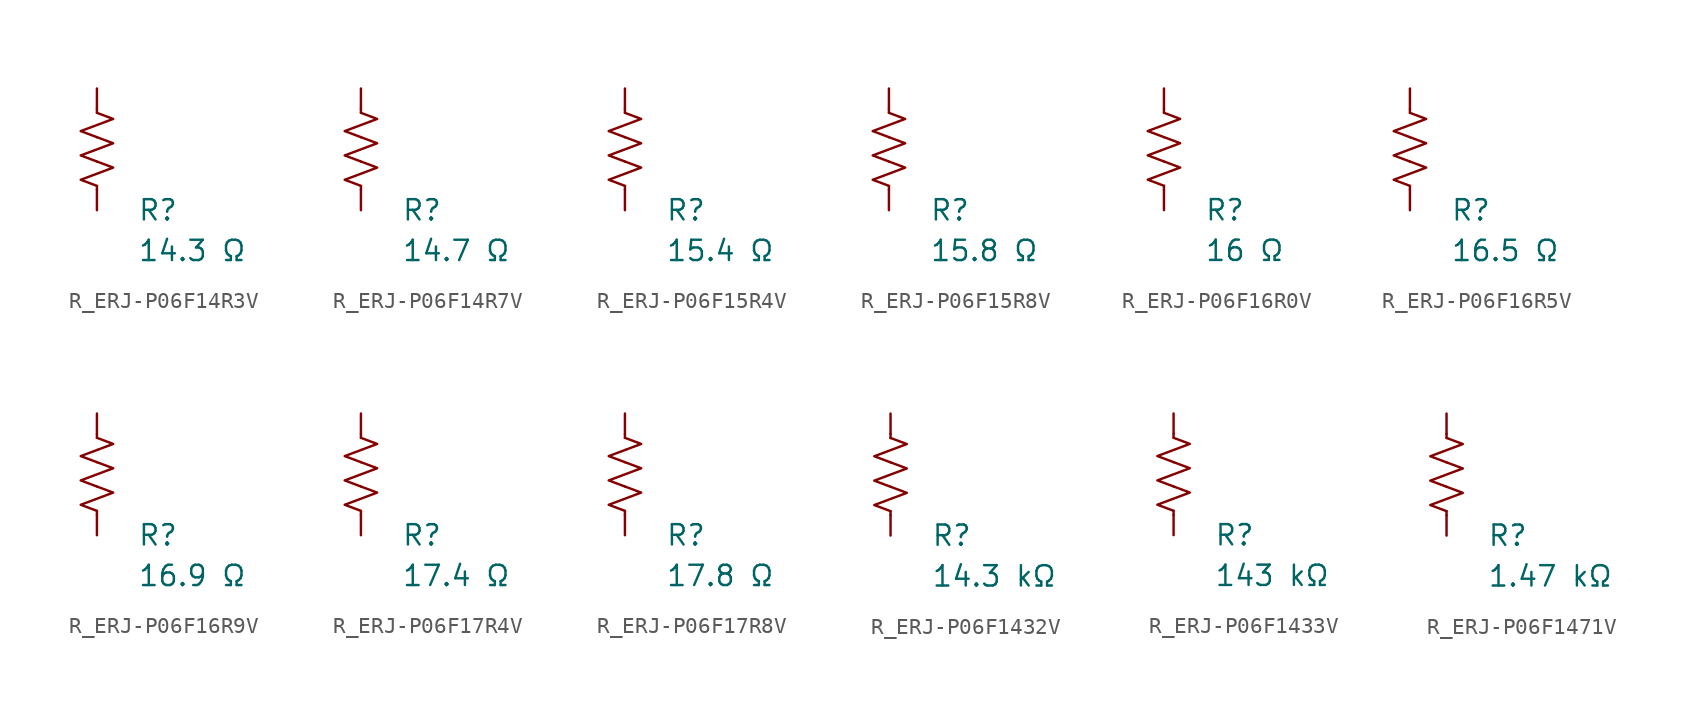
<source format=kicad_sym>
(kicad_symbol_lib
  (version 20231120)
  (generator "kicad_symbol_editor")
  (generator_version "8.0")
  (symbol "R_ERJ-P06F14R3V"
    (pin_numbers hide)
    (pin_names
      (offset 0))
    (property "Reference" "R"
      (at 2.54 -3.81 0)
      (effects (font (size 1.27 1.27)) (justify left))
      (show_name no))
    (property "Value" "14.3 Ω"
      (at 2.54 -6.35 0)
      (effects (font (size 1.27 1.27)) (justify left))
      (show_name no))
    (symbol "R_ERJ-P06F14R3V_0_1"
      (polyline (pts (xy 0 -2.286) (xy 0 -2.54)) (stroke (width 0) (type default)) (fill (type none)))
      (polyline (pts (xy 0 2.286) (xy 0 2.54)) (stroke (width 0) (type default)) (fill (type none)))
      (polyline (pts (xy 0 -0.762) (xy 1.016 -1.143) (xy 0 -1.524) (xy -1.016 -1.905) (xy 0 -2.286)) (stroke (width 0) (type default)) (fill (type none)))
      (polyline (pts (xy 0 0.762) (xy 1.016 0.381) (xy 0 0) (xy -1.016 -0.381) (xy 0 -0.762)) (stroke (width 0) (type default)) (fill (type none)))
      (polyline (pts (xy 0 2.286) (xy 1.016 1.905) (xy 0 1.524) (xy -1.016 1.143) (xy 0 0.762)) (stroke (width 0) (type default)) (fill (type none))))
    (symbol "R_ERJ-P06F14R3V_1_1"
      (pin passive line (at 0 3.81 270) (length 1.27) (name "~" (effects (font (size 1.27 1.27)))) (number "1" (effects (font (size 1.27 1.27)))))
      (pin passive line (at 0 -3.81 90) (length 1.27) (name "~" (effects (font (size 1.27 1.27)))) (number "2" (effects (font (size 1.27 1.27)))))))
  (symbol "R_ERJ-P06F14R7V"
    (pin_numbers hide)
    (pin_names
      (offset 0))
    (property "Reference" "R"
      (at 2.54 -3.81 0)
      (effects (font (size 1.27 1.27)) (justify left))
      (show_name no))
    (property "Value" "14.7 Ω"
      (at 2.54 -6.35 0)
      (effects (font (size 1.27 1.27)) (justify left))
      (show_name no))
    (symbol "R_ERJ-P06F14R7V_0_1"
      (polyline (pts (xy 0 -2.286) (xy 0 -2.54)) (stroke (width 0) (type default)) (fill (type none)))
      (polyline (pts (xy 0 2.286) (xy 0 2.54)) (stroke (width 0) (type default)) (fill (type none)))
      (polyline (pts (xy 0 -0.762) (xy 1.016 -1.143) (xy 0 -1.524) (xy -1.016 -1.905) (xy 0 -2.286)) (stroke (width 0) (type default)) (fill (type none)))
      (polyline (pts (xy 0 0.762) (xy 1.016 0.381) (xy 0 0) (xy -1.016 -0.381) (xy 0 -0.762)) (stroke (width 0) (type default)) (fill (type none)))
      (polyline (pts (xy 0 2.286) (xy 1.016 1.905) (xy 0 1.524) (xy -1.016 1.143) (xy 0 0.762)) (stroke (width 0) (type default)) (fill (type none))))
    (symbol "R_ERJ-P06F14R7V_1_1"
      (pin passive line (at 0 3.81 270) (length 1.27) (name "~" (effects (font (size 1.27 1.27)))) (number "1" (effects (font (size 1.27 1.27)))))
      (pin passive line (at 0 -3.81 90) (length 1.27) (name "~" (effects (font (size 1.27 1.27)))) (number "2" (effects (font (size 1.27 1.27)))))))
  (symbol "R_ERJ-P06F15R4V"
    (pin_numbers hide)
    (pin_names
      (offset 0))
    (property "Reference" "R"
      (at 2.54 -3.81 0)
      (effects (font (size 1.27 1.27)) (justify left))
      (show_name no))
    (property "Value" "15.4 Ω"
      (at 2.54 -6.35 0)
      (effects (font (size 1.27 1.27)) (justify left))
      (show_name no))
    (symbol "R_ERJ-P06F15R4V_0_1"
      (polyline (pts (xy 0 -2.286) (xy 0 -2.54)) (stroke (width 0) (type default)) (fill (type none)))
      (polyline (pts (xy 0 2.286) (xy 0 2.54)) (stroke (width 0) (type default)) (fill (type none)))
      (polyline (pts (xy 0 -0.762) (xy 1.016 -1.143) (xy 0 -1.524) (xy -1.016 -1.905) (xy 0 -2.286)) (stroke (width 0) (type default)) (fill (type none)))
      (polyline (pts (xy 0 0.762) (xy 1.016 0.381) (xy 0 0) (xy -1.016 -0.381) (xy 0 -0.762)) (stroke (width 0) (type default)) (fill (type none)))
      (polyline (pts (xy 0 2.286) (xy 1.016 1.905) (xy 0 1.524) (xy -1.016 1.143) (xy 0 0.762)) (stroke (width 0) (type default)) (fill (type none))))
    (symbol "R_ERJ-P06F15R4V_1_1"
      (pin passive line (at 0 3.81 270) (length 1.27) (name "~" (effects (font (size 1.27 1.27)))) (number "1" (effects (font (size 1.27 1.27)))))
      (pin passive line (at 0 -3.81 90) (length 1.27) (name "~" (effects (font (size 1.27 1.27)))) (number "2" (effects (font (size 1.27 1.27)))))))
  (symbol "R_ERJ-P06F15R8V"
    (pin_numbers hide)
    (pin_names
      (offset 0))
    (property "Reference" "R"
      (at 2.54 -3.81 0)
      (effects (font (size 1.27 1.27)) (justify left))
      (show_name no))
    (property "Value" "15.8 Ω"
      (at 2.54 -6.35 0)
      (effects (font (size 1.27 1.27)) (justify left))
      (show_name no))
    (symbol "R_ERJ-P06F15R8V_0_1"
      (polyline (pts (xy 0 -2.286) (xy 0 -2.54)) (stroke (width 0) (type default)) (fill (type none)))
      (polyline (pts (xy 0 2.286) (xy 0 2.54)) (stroke (width 0) (type default)) (fill (type none)))
      (polyline (pts (xy 0 -0.762) (xy 1.016 -1.143) (xy 0 -1.524) (xy -1.016 -1.905) (xy 0 -2.286)) (stroke (width 0) (type default)) (fill (type none)))
      (polyline (pts (xy 0 0.762) (xy 1.016 0.381) (xy 0 0) (xy -1.016 -0.381) (xy 0 -0.762)) (stroke (width 0) (type default)) (fill (type none)))
      (polyline (pts (xy 0 2.286) (xy 1.016 1.905) (xy 0 1.524) (xy -1.016 1.143) (xy 0 0.762)) (stroke (width 0) (type default)) (fill (type none))))
    (symbol "R_ERJ-P06F15R8V_1_1"
      (pin passive line (at 0 3.81 270) (length 1.27) (name "~" (effects (font (size 1.27 1.27)))) (number "1" (effects (font (size 1.27 1.27)))))
      (pin passive line (at 0 -3.81 90) (length 1.27) (name "~" (effects (font (size 1.27 1.27)))) (number "2" (effects (font (size 1.27 1.27)))))))
  (symbol "R_ERJ-P06F16R0V"
    (pin_numbers hide)
    (pin_names
      (offset 0))
    (property "Reference" "R"
      (at 2.54 -3.81 0)
      (effects (font (size 1.27 1.27)) (justify left))
      (show_name no))
    (property "Value" "16 Ω"
      (at 2.54 -6.35 0)
      (effects (font (size 1.27 1.27)) (justify left))
      (show_name no))
    (symbol "R_ERJ-P06F16R0V_0_1"
      (polyline (pts (xy 0 -2.286) (xy 0 -2.54)) (stroke (width 0) (type default)) (fill (type none)))
      (polyline (pts (xy 0 2.286) (xy 0 2.54)) (stroke (width 0) (type default)) (fill (type none)))
      (polyline (pts (xy 0 -0.762) (xy 1.016 -1.143) (xy 0 -1.524) (xy -1.016 -1.905) (xy 0 -2.286)) (stroke (width 0) (type default)) (fill (type none)))
      (polyline (pts (xy 0 0.762) (xy 1.016 0.381) (xy 0 0) (xy -1.016 -0.381) (xy 0 -0.762)) (stroke (width 0) (type default)) (fill (type none)))
      (polyline (pts (xy 0 2.286) (xy 1.016 1.905) (xy 0 1.524) (xy -1.016 1.143) (xy 0 0.762)) (stroke (width 0) (type default)) (fill (type none))))
    (symbol "R_ERJ-P06F16R0V_1_1"
      (pin passive line (at 0 3.81 270) (length 1.27) (name "~" (effects (font (size 1.27 1.27)))) (number "1" (effects (font (size 1.27 1.27)))))
      (pin passive line (at 0 -3.81 90) (length 1.27) (name "~" (effects (font (size 1.27 1.27)))) (number "2" (effects (font (size 1.27 1.27)))))))
  (symbol "R_ERJ-P06F16R5V"
    (pin_numbers hide)
    (pin_names
      (offset 0))
    (property "Reference" "R"
      (at 2.54 -3.81 0)
      (effects (font (size 1.27 1.27)) (justify left))
      (show_name no))
    (property "Value" "16.5 Ω"
      (at 2.54 -6.35 0)
      (effects (font (size 1.27 1.27)) (justify left))
      (show_name no))
    (symbol "R_ERJ-P06F16R5V_0_1"
      (polyline (pts (xy 0 -2.286) (xy 0 -2.54)) (stroke (width 0) (type default)) (fill (type none)))
      (polyline (pts (xy 0 2.286) (xy 0 2.54)) (stroke (width 0) (type default)) (fill (type none)))
      (polyline (pts (xy 0 -0.762) (xy 1.016 -1.143) (xy 0 -1.524) (xy -1.016 -1.905) (xy 0 -2.286)) (stroke (width 0) (type default)) (fill (type none)))
      (polyline (pts (xy 0 0.762) (xy 1.016 0.381) (xy 0 0) (xy -1.016 -0.381) (xy 0 -0.762)) (stroke (width 0) (type default)) (fill (type none)))
      (polyline (pts (xy 0 2.286) (xy 1.016 1.905) (xy 0 1.524) (xy -1.016 1.143) (xy 0 0.762)) (stroke (width 0) (type default)) (fill (type none))))
    (symbol "R_ERJ-P06F16R5V_1_1"
      (pin passive line (at 0 3.81 270) (length 1.27) (name "~" (effects (font (size 1.27 1.27)))) (number "1" (effects (font (size 1.27 1.27)))))
      (pin passive line (at 0 -3.81 90) (length 1.27) (name "~" (effects (font (size 1.27 1.27)))) (number "2" (effects (font (size 1.27 1.27)))))))
  (symbol "R_ERJ-P06F16R9V"
    (pin_numbers hide)
    (pin_names
      (offset 0))
    (property "Reference" "R"
      (at 2.54 -3.81 0)
      (effects (font (size 1.27 1.27)) (justify left))
      (show_name no))
    (property "Value" "16.9 Ω"
      (at 2.54 -6.35 0)
      (effects (font (size 1.27 1.27)) (justify left))
      (show_name no))
    (symbol "R_ERJ-P06F16R9V_0_1"
      (polyline (pts (xy 0 -2.286) (xy 0 -2.54)) (stroke (width 0) (type default)) (fill (type none)))
      (polyline (pts (xy 0 2.286) (xy 0 2.54)) (stroke (width 0) (type default)) (fill (type none)))
      (polyline (pts (xy 0 -0.762) (xy 1.016 -1.143) (xy 0 -1.524) (xy -1.016 -1.905) (xy 0 -2.286)) (stroke (width 0) (type default)) (fill (type none)))
      (polyline (pts (xy 0 0.762) (xy 1.016 0.381) (xy 0 0) (xy -1.016 -0.381) (xy 0 -0.762)) (stroke (width 0) (type default)) (fill (type none)))
      (polyline (pts (xy 0 2.286) (xy 1.016 1.905) (xy 0 1.524) (xy -1.016 1.143) (xy 0 0.762)) (stroke (width 0) (type default)) (fill (type none))))
    (symbol "R_ERJ-P06F16R9V_1_1"
      (pin passive line (at 0 3.81 270) (length 1.27) (name "~" (effects (font (size 1.27 1.27)))) (number "1" (effects (font (size 1.27 1.27)))))
      (pin passive line (at 0 -3.81 90) (length 1.27) (name "~" (effects (font (size 1.27 1.27)))) (number "2" (effects (font (size 1.27 1.27)))))))
  (symbol "R_ERJ-P06F17R4V"
    (pin_numbers hide)
    (pin_names
      (offset 0))
    (property "Reference" "R"
      (at 2.54 -3.81 0)
      (effects (font (size 1.27 1.27)) (justify left))
      (show_name no))
    (property "Value" "17.4 Ω"
      (at 2.54 -6.35 0)
      (effects (font (size 1.27 1.27)) (justify left))
      (show_name no))
    (symbol "R_ERJ-P06F17R4V_0_1"
      (polyline (pts (xy 0 -2.286) (xy 0 -2.54)) (stroke (width 0) (type default)) (fill (type none)))
      (polyline (pts (xy 0 2.286) (xy 0 2.54)) (stroke (width 0) (type default)) (fill (type none)))
      (polyline (pts (xy 0 -0.762) (xy 1.016 -1.143) (xy 0 -1.524) (xy -1.016 -1.905) (xy 0 -2.286)) (stroke (width 0) (type default)) (fill (type none)))
      (polyline (pts (xy 0 0.762) (xy 1.016 0.381) (xy 0 0) (xy -1.016 -0.381) (xy 0 -0.762)) (stroke (width 0) (type default)) (fill (type none)))
      (polyline (pts (xy 0 2.286) (xy 1.016 1.905) (xy 0 1.524) (xy -1.016 1.143) (xy 0 0.762)) (stroke (width 0) (type default)) (fill (type none))))
    (symbol "R_ERJ-P06F17R4V_1_1"
      (pin passive line (at 0 3.81 270) (length 1.27) (name "~" (effects (font (size 1.27 1.27)))) (number "1" (effects (font (size 1.27 1.27)))))
      (pin passive line (at 0 -3.81 90) (length 1.27) (name "~" (effects (font (size 1.27 1.27)))) (number "2" (effects (font (size 1.27 1.27)))))))
  (symbol "R_ERJ-P06F17R8V"
    (pin_numbers hide)
    (pin_names
      (offset 0))
    (property "Reference" "R"
      (at 2.54 -3.81 0)
      (effects (font (size 1.27 1.27)) (justify left))
      (show_name no))
    (property "Value" "17.8 Ω"
      (at 2.54 -6.35 0)
      (effects (font (size 1.27 1.27)) (justify left))
      (show_name no))
    (symbol "R_ERJ-P06F17R8V_0_1"
      (polyline (pts (xy 0 -2.286) (xy 0 -2.54)) (stroke (width 0) (type default)) (fill (type none)))
      (polyline (pts (xy 0 2.286) (xy 0 2.54)) (stroke (width 0) (type default)) (fill (type none)))
      (polyline (pts (xy 0 -0.762) (xy 1.016 -1.143) (xy 0 -1.524) (xy -1.016 -1.905) (xy 0 -2.286)) (stroke (width 0) (type default)) (fill (type none)))
      (polyline (pts (xy 0 0.762) (xy 1.016 0.381) (xy 0 0) (xy -1.016 -0.381) (xy 0 -0.762)) (stroke (width 0) (type default)) (fill (type none)))
      (polyline (pts (xy 0 2.286) (xy 1.016 1.905) (xy 0 1.524) (xy -1.016 1.143) (xy 0 0.762)) (stroke (width 0) (type default)) (fill (type none))))
    (symbol "R_ERJ-P06F17R8V_1_1"
      (pin passive line (at 0 3.81 270) (length 1.27) (name "~" (effects (font (size 1.27 1.27)))) (number "1" (effects (font (size 1.27 1.27)))))
      (pin passive line (at 0 -3.81 90) (length 1.27) (name "~" (effects (font (size 1.27 1.27)))) (number "2" (effects (font (size 1.27 1.27)))))))
  (symbol "R_ERJ-P06F1432V"
    (pin_numbers hide)
    (pin_names
      (offset 0))
    (property "Reference" "R"
      (at 2.54 -3.81 0)
      (effects (font (size 1.27 1.27)) (justify left))
      (show_name no))
    (property "Value" "14.3 kΩ"
      (at 2.54 -6.35 0)
      (effects (font (size 1.27 1.27)) (justify left))
      (show_name no))
    (symbol "R_ERJ-P06F1432V_0_1"
      (polyline (pts (xy 0 -2.286) (xy 0 -2.54)) (stroke (width 0) (type default)) (fill (type none)))
      (polyline (pts (xy 0 2.286) (xy 0 2.54)) (stroke (width 0) (type default)) (fill (type none)))
      (polyline (pts (xy 0 -0.762) (xy 1.016 -1.143) (xy 0 -1.524) (xy -1.016 -1.905) (xy 0 -2.286)) (stroke (width 0) (type default)) (fill (type none)))
      (polyline (pts (xy 0 0.762) (xy 1.016 0.381) (xy 0 0) (xy -1.016 -0.381) (xy 0 -0.762)) (stroke (width 0) (type default)) (fill (type none)))
      (polyline (pts (xy 0 2.286) (xy 1.016 1.905) (xy 0 1.524) (xy -1.016 1.143) (xy 0 0.762)) (stroke (width 0) (type default)) (fill (type none))))
    (symbol "R_ERJ-P06F1432V_1_1"
      (pin passive line (at 0 3.81 270) (length 1.27) (name "~" (effects (font (size 1.27 1.27)))) (number "1" (effects (font (size 1.27 1.27)))))
      (pin passive line (at 0 -3.81 90) (length 1.27) (name "~" (effects (font (size 1.27 1.27)))) (number "2" (effects (font (size 1.27 1.27)))))))
  (symbol "R_ERJ-P06F1433V"
    (pin_numbers hide)
    (pin_names
      (offset 0))
    (property "Reference" "R"
      (at 2.54 -3.81 0)
      (effects (font (size 1.27 1.27)) (justify left))
      (show_name no))
    (property "Value" "143 kΩ"
      (at 2.54 -6.35 0)
      (effects (font (size 1.27 1.27)) (justify left))
      (show_name no))
    (symbol "R_ERJ-P06F1433V_0_1"
      (polyline (pts (xy 0 -2.286) (xy 0 -2.54)) (stroke (width 0) (type default)) (fill (type none)))
      (polyline (pts (xy 0 2.286) (xy 0 2.54)) (stroke (width 0) (type default)) (fill (type none)))
      (polyline (pts (xy 0 -0.762) (xy 1.016 -1.143) (xy 0 -1.524) (xy -1.016 -1.905) (xy 0 -2.286)) (stroke (width 0) (type default)) (fill (type none)))
      (polyline (pts (xy 0 0.762) (xy 1.016 0.381) (xy 0 0) (xy -1.016 -0.381) (xy 0 -0.762)) (stroke (width 0) (type default)) (fill (type none)))
      (polyline (pts (xy 0 2.286) (xy 1.016 1.905) (xy 0 1.524) (xy -1.016 1.143) (xy 0 0.762)) (stroke (width 0) (type default)) (fill (type none))))
    (symbol "R_ERJ-P06F1433V_1_1"
      (pin passive line (at 0 3.81 270) (length 1.27) (name "~" (effects (font (size 1.27 1.27)))) (number "1" (effects (font (size 1.27 1.27)))))
      (pin passive line (at 0 -3.81 90) (length 1.27) (name "~" (effects (font (size 1.27 1.27)))) (number "2" (effects (font (size 1.27 1.27)))))))
  (symbol "R_ERJ-P06F1471V"
    (pin_numbers hide)
    (pin_names
      (offset 0))
    (property "Reference" "R"
      (at 2.54 -3.81 0)
      (effects (font (size 1.27 1.27)) (justify left))
      (show_name no))
    (property "Value" "1.47 kΩ"
      (at 2.54 -6.35 0)
      (effects (font (size 1.27 1.27)) (justify left))
      (show_name no))
    (symbol "R_ERJ-P06F1471V_0_1"
      (polyline (pts (xy 0 -2.286) (xy 0 -2.54)) (stroke (width 0) (type default)) (fill (type none)))
      (polyline (pts (xy 0 2.286) (xy 0 2.54)) (stroke (width 0) (type default)) (fill (type none)))
      (polyline (pts (xy 0 -0.762) (xy 1.016 -1.143) (xy 0 -1.524) (xy -1.016 -1.905) (xy 0 -2.286)) (stroke (width 0) (type default)) (fill (type none)))
      (polyline (pts (xy 0 0.762) (xy 1.016 0.381) (xy 0 0) (xy -1.016 -0.381) (xy 0 -0.762)) (stroke (width 0) (type default)) (fill (type none)))
      (polyline (pts (xy 0 2.286) (xy 1.016 1.905) (xy 0 1.524) (xy -1.016 1.143) (xy 0 0.762)) (stroke (width 0) (type default)) (fill (type none))))
    (symbol "R_ERJ-P06F1471V_1_1"
      (pin passive line (at 0 3.81 270) (length 1.27) (name "~" (effects (font (size 1.27 1.27)))) (number "1" (effects (font (size 1.27 1.27)))))
      (pin passive line (at 0 -3.81 90) (length 1.27) (name "~" (effects (font (size 1.27 1.27)))) (number "2" (effects (font (size 1.27 1.27))))))))
</source>
